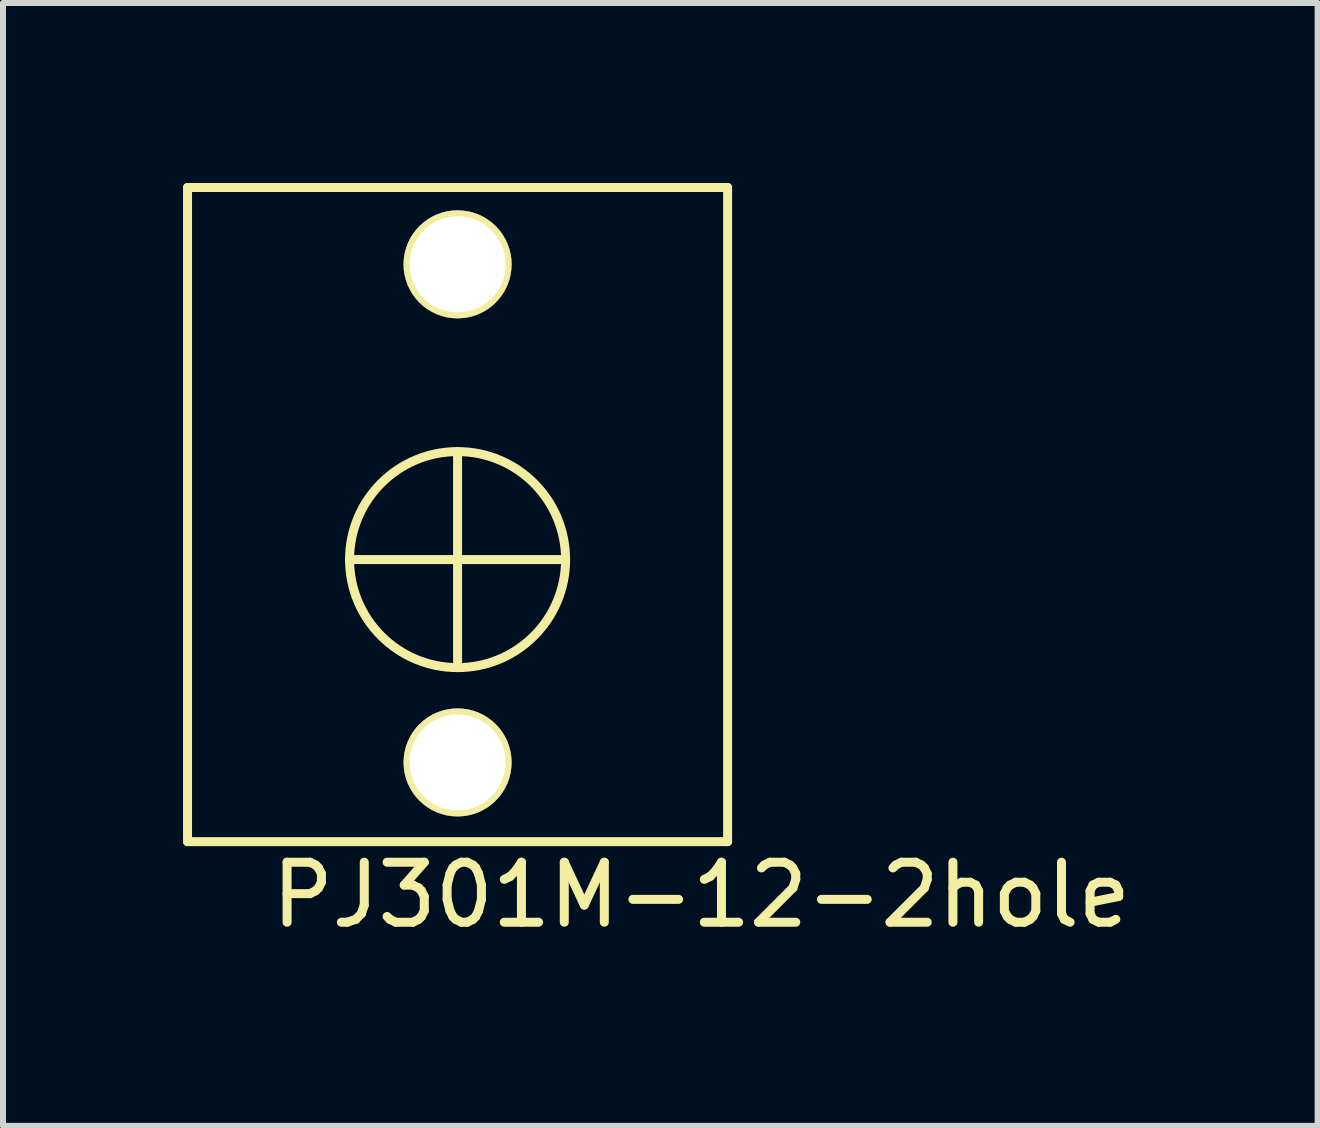
<source format=kicad_pcb>
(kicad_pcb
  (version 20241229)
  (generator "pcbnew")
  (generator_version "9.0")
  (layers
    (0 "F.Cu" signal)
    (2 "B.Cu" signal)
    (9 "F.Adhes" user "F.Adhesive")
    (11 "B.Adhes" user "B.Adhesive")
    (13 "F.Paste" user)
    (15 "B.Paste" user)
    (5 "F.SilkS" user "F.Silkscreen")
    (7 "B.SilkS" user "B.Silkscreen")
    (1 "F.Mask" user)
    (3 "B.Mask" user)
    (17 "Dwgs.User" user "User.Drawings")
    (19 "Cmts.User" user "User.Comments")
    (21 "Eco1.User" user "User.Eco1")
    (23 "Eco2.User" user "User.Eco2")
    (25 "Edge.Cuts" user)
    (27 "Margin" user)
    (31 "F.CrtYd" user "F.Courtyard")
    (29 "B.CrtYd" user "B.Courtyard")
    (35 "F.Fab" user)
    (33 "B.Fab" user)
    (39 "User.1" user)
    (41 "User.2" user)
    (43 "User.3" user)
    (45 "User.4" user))
  (footprint "PJ301M-12-2hole"
    (layer "F.Cu")
    (at 4.575 6.275)
    (property "Reference" "PJ301M-12-2hole" (at 4.064 5.588 0) (layer "F.SilkS") (effects (font (size 1 1) (thickness 0.15))))
    (attr through_hole)
    (fp_line (start -4.5 -6.2) (end -4.5 4.7) (stroke (width 0.15) (type solid)) (layer "F.SilkS"))
    (fp_line (start -4.5 -6.2) (end 4.5 -6.2) (stroke (width 0.15) (type solid)) (layer "F.SilkS"))
    (fp_line (start -4.5 4.7) (end 4.5 4.7) (stroke (width 0.15) (type solid)) (layer "F.SilkS"))
    (fp_line (start -1.8 0) (end 1.8 0) (stroke (width 0.15) (type solid)) (layer "F.SilkS"))
    (fp_line (start 0 -1.8) (end 0 1.8) (stroke (width 0.15) (type solid)) (layer "F.SilkS"))
    (fp_line (start 4.5 -6.2) (end 4.5 4.7) (stroke (width 0.15) (type solid)) (layer "F.SilkS"))
    (fp_circle (center 0 0) (end 1.8 0) (stroke (width 0.15) (type solid)) (fill no) (layer "F.SilkS"))
    (pad "2" thru_hole circle (at 0 3.38) (size 1.8 1.8) (drill 1.6) (layers "*.Cu" "*.Mask" "F.SilkS"))
    (pad "3" thru_hole circle (at 0 -4.92) (size 1.8 1.8) (drill 1.6) (layers "*.Cu" "*.Mask" "F.SilkS")))
  (gr_rect
    (start -3 -3)
    (end 18.907 15.711)
    (stroke (width 0.1) (type default))
    (fill no)
    (layer "Edge.Cuts")))
</source>
